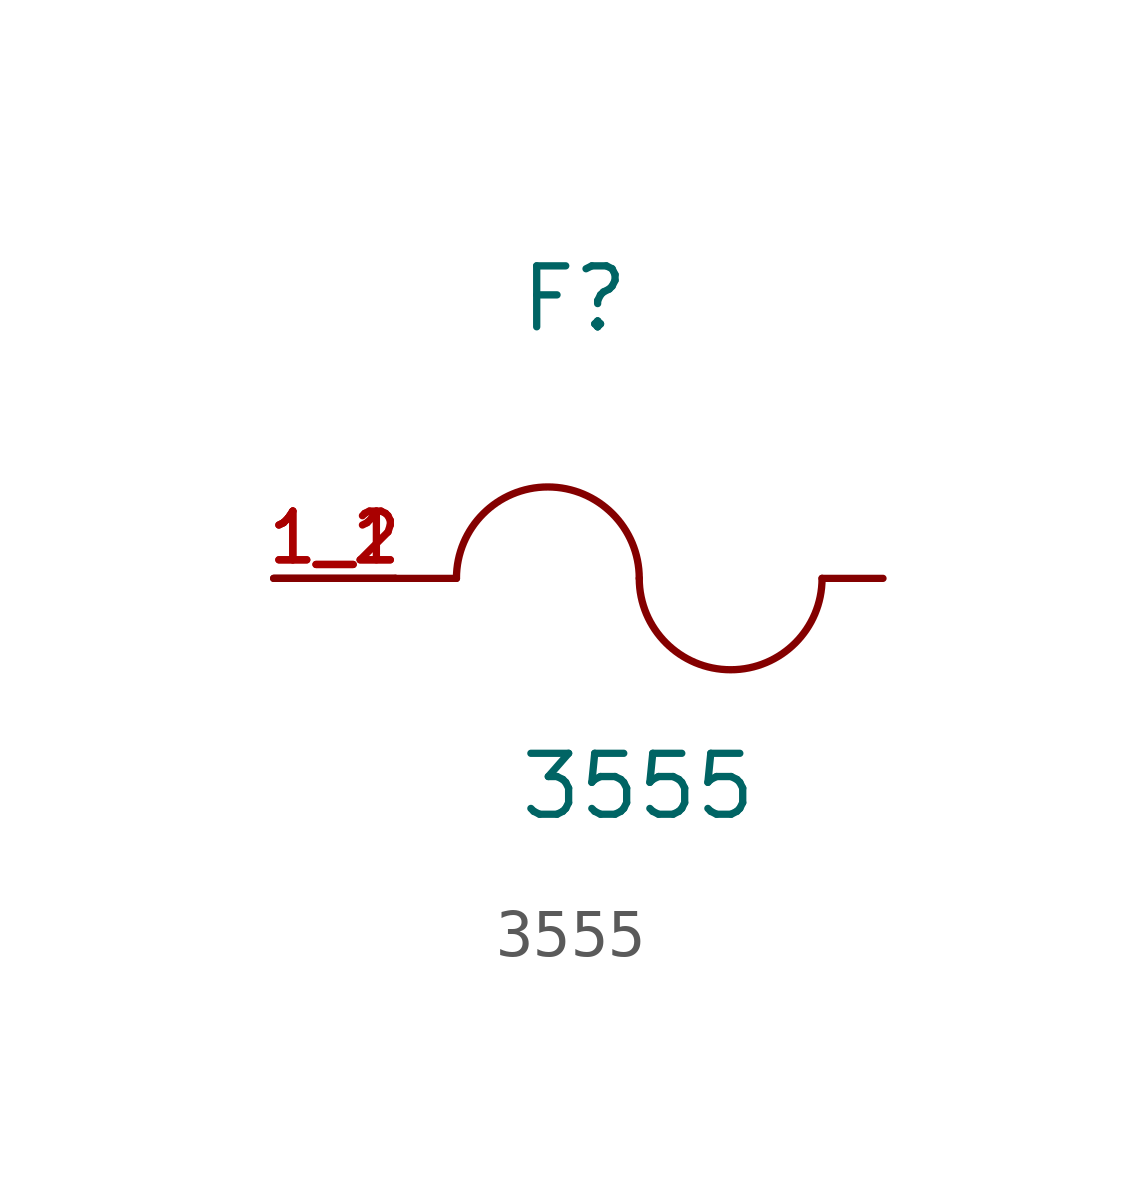
<source format=kicad_sym>
(kicad_symbol_lib
  (version 20211014)
  (generator kicad_symbol_editor)
  (symbol "3555"
    (pin_names
      (offset 1.016))
    (property "Reference" "F"
      (at -2.54 5.08 0)
      (effects (font (size 1.27 1.27)) (justify bottom left)))
    (property "Value" "3555"
      (at -2.54 -5.08 0)
      (effects (font (size 1.27 1.27)) (justify bottom left)))
    (symbol "3555_0_0"
      (arc (start 0.0 0.0) (mid -1.905 1.905) (end -3.81 0.0) (stroke (width 0.1524) (type default) (color 0 0 0 0)) (fill (type none)))
      (arc (start 3.81 0.0) (mid 1.905 -1.905) (end 0.0 0.0) (stroke (width 0.1524) (type default) (color 0 0 0 0)) (fill (type none)))
      (polyline (pts (xy 5.08 0.0) (xy 3.81 0.0)) (stroke (width 0.152)))
      (polyline (pts (xy -5.08 0.0) (xy -3.81 0.0)) (stroke (width 0.152)))
      (pin passive line (at -7.62 0.0 0) (length 2.54) (name "~" (effects (font (size 1.016 1.016)))) (number "1_1" (effects (font (size 1.016 1.016)))))
      (pin passive line (at -7.62 0.0 0) (length 2.54) (name "~" (effects (font (size 1.016 1.016)))) (number "1_2" (effects (font (size 1.016 1.016))))))))
</source>
